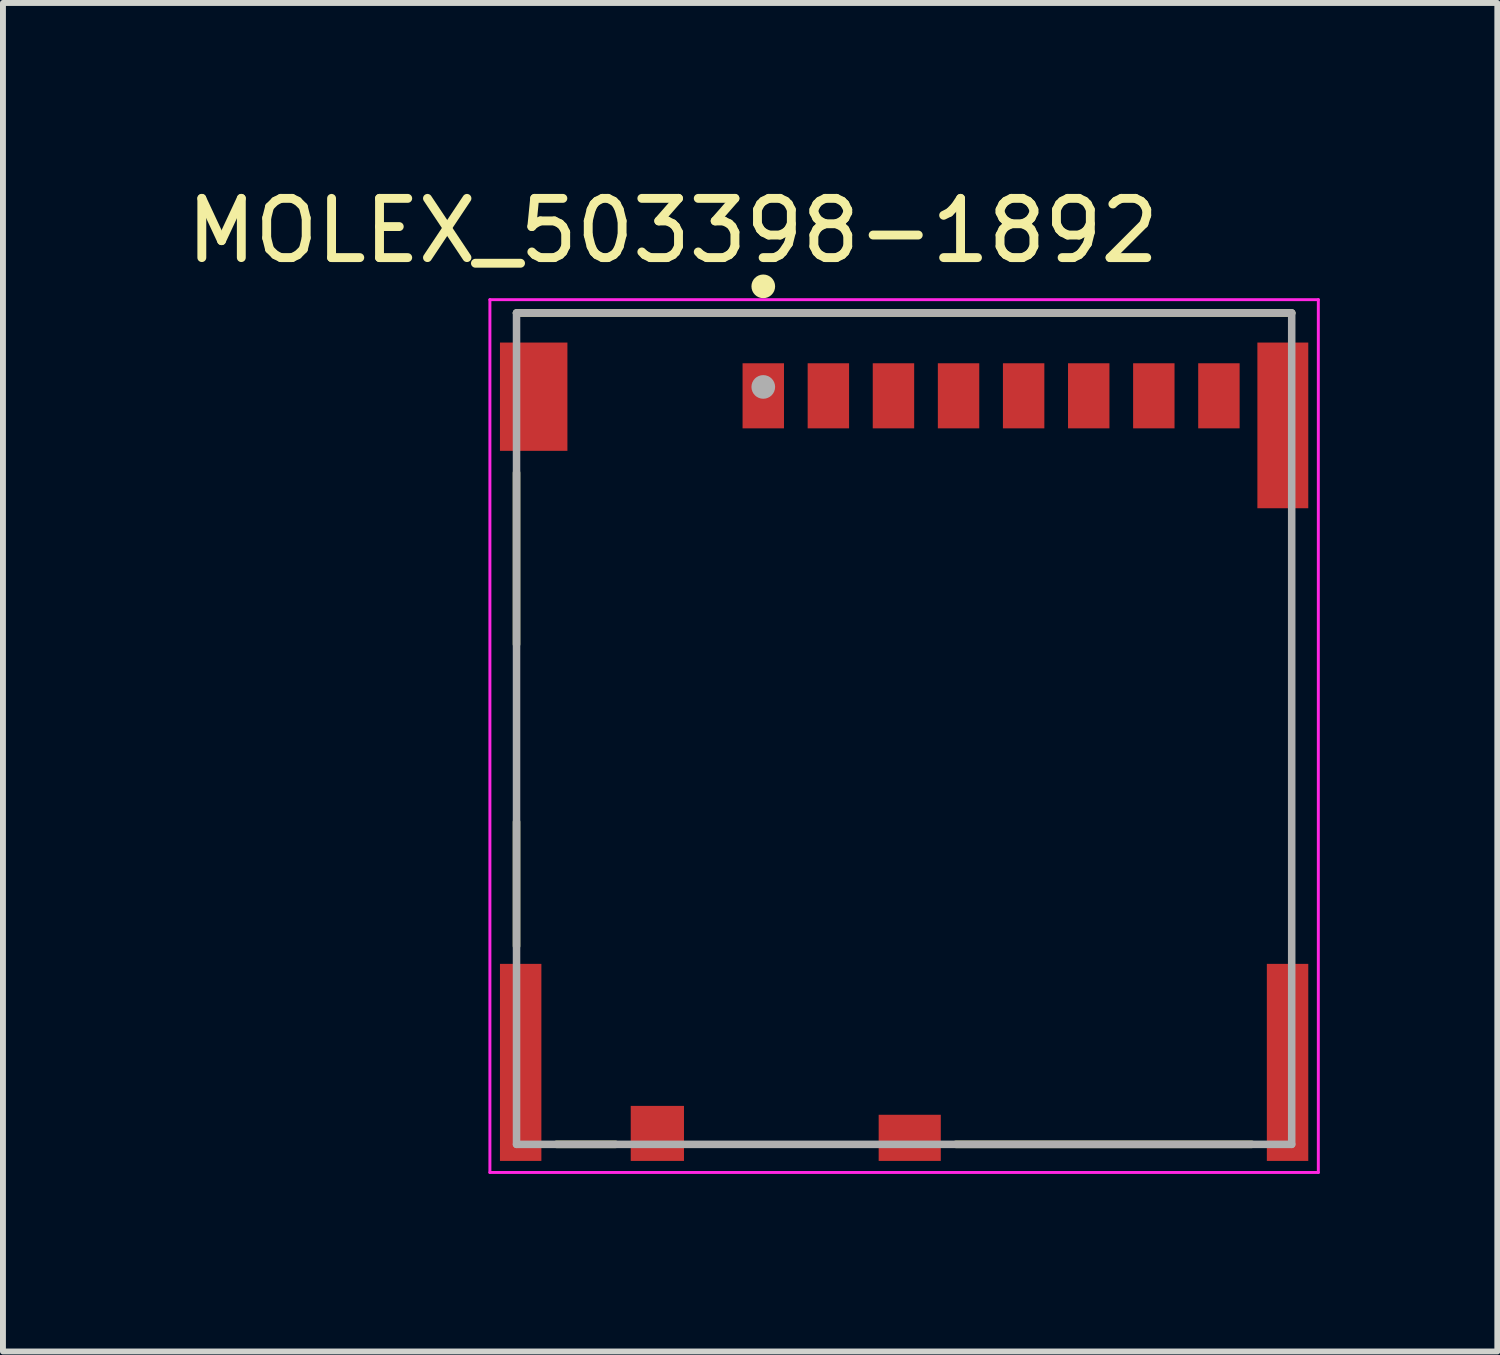
<source format=kicad_pcb>
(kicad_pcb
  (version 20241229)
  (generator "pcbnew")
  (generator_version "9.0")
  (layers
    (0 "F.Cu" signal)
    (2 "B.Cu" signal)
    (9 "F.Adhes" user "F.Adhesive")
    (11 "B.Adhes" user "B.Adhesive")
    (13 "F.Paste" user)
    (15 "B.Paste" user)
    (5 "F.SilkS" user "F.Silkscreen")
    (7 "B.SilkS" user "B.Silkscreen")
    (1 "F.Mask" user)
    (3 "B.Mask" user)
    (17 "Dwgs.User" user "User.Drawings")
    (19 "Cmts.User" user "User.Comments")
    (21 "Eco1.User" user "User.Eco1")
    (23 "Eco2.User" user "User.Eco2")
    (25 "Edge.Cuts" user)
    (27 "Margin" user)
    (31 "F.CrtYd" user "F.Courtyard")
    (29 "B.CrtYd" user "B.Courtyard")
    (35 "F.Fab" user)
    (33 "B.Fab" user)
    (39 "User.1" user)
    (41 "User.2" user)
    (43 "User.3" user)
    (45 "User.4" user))
  (footprint "MOLEX_503398-1892"
    (layer "F.Cu")
    (at 12.229 9.264)
    (property "Reference" "MOLEX_503398-1892" (at -3.908 -8.416 0) (layer "F.SilkS") (effects (font (size 1.001 1.001) (thickness 0.15))))
    (attr smd)
    (fp_line (start -6.55 -7.025) (end 6.55 -7.025) (stroke (width 0.127) (type solid)) (layer "F.SilkS"))
    (fp_line (start -6.55 -4.325) (end -6.55 -1.425) (stroke (width 0.127) (type solid)) (layer "F.SilkS"))
    (fp_line (start -6.55 1.575) (end -6.55 3.675) (stroke (width 0.127) (type solid)) (layer "F.SilkS"))
    (fp_line (start -5.876 7.025) (end -4.874 7.025) (stroke (width 0.127) (type solid)) (layer "F.SilkS"))
    (fp_line (start 0.874 7.025) (end 5.876 7.025) (stroke (width 0.127) (type solid)) (layer "F.SilkS"))
    (fp_circle (center -2.38 -7.475) (end -2.28 -7.475) (stroke (width 0.2) (type solid)) (fill no) (layer "F.SilkS"))
    (fp_line (start -7 -7.25) (end 7 -7.25) (stroke (width 0.05) (type solid)) (layer "F.CrtYd"))
    (fp_line (start -7 7.5) (end -7 -7.25) (stroke (width 0.05) (type solid)) (layer "F.CrtYd"))
    (fp_line (start 7 -7.25) (end 7 7.5) (stroke (width 0.05) (type solid)) (layer "F.CrtYd"))
    (fp_line (start 7 7.5) (end -7 7.5) (stroke (width 0.05) (type solid)) (layer "F.CrtYd"))
    (fp_line (start -6.55 -7.025) (end 6.55 -7.025) (stroke (width 0.127) (type solid)) (layer "F.Fab"))
    (fp_line (start -6.55 7.025) (end -6.55 -7.025) (stroke (width 0.127) (type solid)) (layer "F.Fab"))
    (fp_line (start 6.55 -7.025) (end 6.55 7.025) (stroke (width 0.127) (type solid)) (layer "F.Fab"))
    (fp_line (start 6.55 7.025) (end -6.55 7.025) (stroke (width 0.127) (type solid)) (layer "F.Fab"))
    (fp_circle (center -2.38 -5.775) (end -2.28 -5.775) (stroke (width 0.2) (type solid)) (fill no) (layer "F.Fab"))
    (pad "1" smd rect (at -2.38 -5.625) (size 0.7 1.1) (layers "F.Cu" "F.Mask" "F.Paste"))
    (pad "2" smd rect (at -1.28 -5.625) (size 0.7 1.1) (layers "F.Cu" "F.Mask" "F.Paste"))
    (pad "3" smd rect (at -0.18 -5.625) (size 0.7 1.1) (layers "F.Cu" "F.Mask" "F.Paste"))
    (pad "4" smd rect (at 0.92 -5.625) (size 0.7 1.1) (layers "F.Cu" "F.Mask" "F.Paste"))
    (pad "5" smd rect (at 2.02 -5.625) (size 0.7 1.1) (layers "F.Cu" "F.Mask" "F.Paste"))
    (pad "6" smd rect (at 3.12 -5.625) (size 0.7 1.1) (layers "F.Cu" "F.Mask" "F.Paste"))
    (pad "7" smd rect (at 4.22 -5.625) (size 0.7 1.1) (layers "F.Cu" "F.Mask" "F.Paste"))
    (pad "8" smd rect (at 5.32 -5.625) (size 0.7 1.1) (layers "F.Cu" "F.Mask" "F.Paste"))
    (pad "9" smd rect (at -4.17 6.84) (size 0.9 0.93) (layers "F.Cu" "F.Mask" "F.Paste"))
    (pad "10" smd rect (at 0.095 6.915) (size 1.05 0.78) (layers "F.Cu" "F.Mask" "F.Paste"))
    (pad "P1" smd rect (at -6.26 -5.61) (size 1.14 1.83) (layers "F.Cu" "F.Mask" "F.Paste"))
    (pad "P2" smd rect (at 6.4 -5.125) (size 0.86 2.8) (layers "F.Cu" "F.Mask" "F.Paste"))
    (pad "P3" smd rect (at -6.48 5.64) (size 0.7 3.33) (layers "F.Cu" "F.Mask" "F.Paste"))
    (pad "P4" smd rect (at 6.48 5.64) (size 0.7 3.33) (layers "F.Cu" "F.Mask" "F.Paste")))
  (gr_rect
    (start -3 -3)
    (end 22.254 19.789)
    (stroke (width 0.1) (type default))
    (fill no)
    (layer "Edge.Cuts")))
</source>
